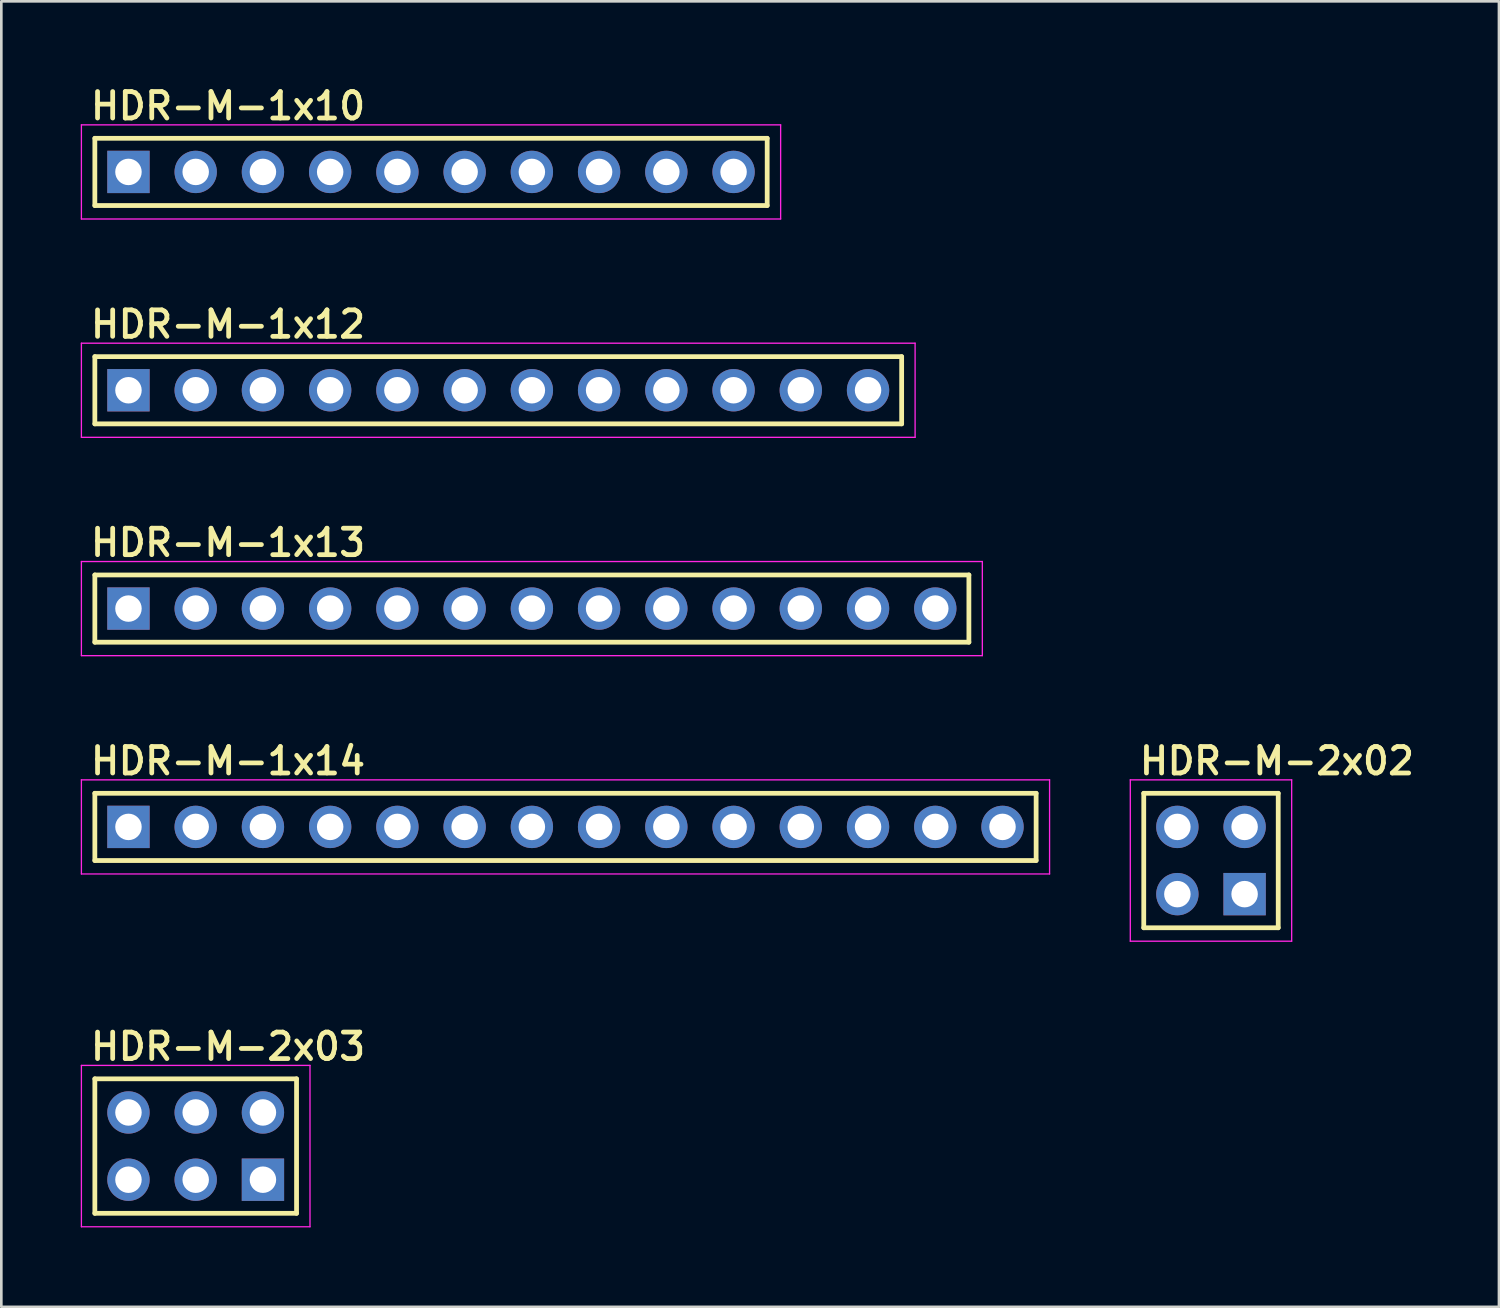
<source format=kicad_pcb>
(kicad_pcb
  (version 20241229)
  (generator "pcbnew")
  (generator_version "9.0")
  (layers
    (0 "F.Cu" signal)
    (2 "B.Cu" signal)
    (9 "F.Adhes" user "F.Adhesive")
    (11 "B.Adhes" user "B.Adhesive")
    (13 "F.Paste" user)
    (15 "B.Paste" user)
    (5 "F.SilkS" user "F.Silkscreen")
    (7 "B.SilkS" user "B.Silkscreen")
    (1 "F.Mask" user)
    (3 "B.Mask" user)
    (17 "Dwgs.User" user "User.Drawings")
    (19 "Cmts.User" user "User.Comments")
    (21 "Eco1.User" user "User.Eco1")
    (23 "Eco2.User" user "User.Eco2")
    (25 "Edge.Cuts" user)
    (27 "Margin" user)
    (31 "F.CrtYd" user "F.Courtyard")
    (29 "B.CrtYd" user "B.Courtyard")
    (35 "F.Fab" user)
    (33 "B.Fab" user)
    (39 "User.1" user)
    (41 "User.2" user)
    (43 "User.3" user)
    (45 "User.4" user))
  (footprint "HDR-M-1x10"
    (layer "F.Cu")
    (at 13.233 3.445)
    (property "Reference" "HDR-M-1x10" (at -12.954 -1.905 0) (layer "F.SilkS") (effects (font (size 1 1) (thickness 0.18)) (justify left bottom)))
    (attr through_hole)
    (fp_line (start -12.7 -1.27) (end 12.7 -1.27) (stroke (width 0.18) (type solid)) (layer "F.SilkS"))
    (fp_line (start -12.7 1.27) (end -12.7 -1.27) (stroke (width 0.18) (type solid)) (layer "F.SilkS"))
    (fp_line (start 12.7 -1.27) (end 12.7 1.27) (stroke (width 0.18) (type solid)) (layer "F.SilkS"))
    (fp_line (start 12.7 1.27) (end -12.7 1.27) (stroke (width 0.18) (type solid)) (layer "F.SilkS"))
    (fp_line (start -13.208 -1.778) (end 13.208 -1.778) (stroke (width 0.05) (type solid)) (layer "F.CrtYd"))
    (fp_line (start -13.208 1.778) (end -13.208 -1.778) (stroke (width 0.05) (type solid)) (layer "F.CrtYd"))
    (fp_line (start 13.208 -1.778) (end 13.208 1.778) (stroke (width 0.05) (type solid)) (layer "F.CrtYd"))
    (fp_line (start 13.208 1.778) (end -13.208 1.778) (stroke (width 0.05) (type solid)) (layer "F.CrtYd"))
    (pad "1" thru_hole rect (at -11.43 0) (size 1.6 1.6) (drill 1) (layers "*.Cu" "*.Mask"))
    (pad "2" thru_hole circle (at -8.89 0) (size 1.6 1.6) (drill 1) (layers "*.Cu" "*.Mask"))
    (pad "3" thru_hole circle (at -6.35 0) (size 1.6 1.6) (drill 1) (layers "*.Cu" "*.Mask"))
    (pad "4" thru_hole circle (at -3.81 0) (size 1.6 1.6) (drill 1) (layers "*.Cu" "*.Mask"))
    (pad "5" thru_hole circle (at -1.27 0) (size 1.6 1.6) (drill 1) (layers "*.Cu" "*.Mask"))
    (pad "6" thru_hole circle (at 1.27 0) (size 1.6 1.6) (drill 1) (layers "*.Cu" "*.Mask"))
    (pad "7" thru_hole circle (at 3.81 0) (size 1.6 1.6) (drill 1) (layers "*.Cu" "*.Mask"))
    (pad "8" thru_hole circle (at 6.35 0) (size 1.6 1.6) (drill 1) (layers "*.Cu" "*.Mask"))
    (pad "9" thru_hole circle (at 8.89 0) (size 1.6 1.6) (drill 1) (layers "*.Cu" "*.Mask"))
    (pad "10" thru_hole circle (at 11.43 0) (size 1.6 1.6) (drill 1) (layers "*.Cu" "*.Mask")))
  (footprint "HDR-M-1x14"
    (layer "F.Cu")
    (at 18.313 28.189)
    (property "Reference" "HDR-M-1x14" (at -18.034 -1.905 0) (layer "F.SilkS") (effects (font (size 1 1) (thickness 0.18)) (justify left bottom)))
    (attr through_hole)
    (fp_line (start -17.78 -1.27) (end 17.78 -1.27) (stroke (width 0.18) (type solid)) (layer "F.SilkS"))
    (fp_line (start -17.78 1.27) (end -17.78 -1.27) (stroke (width 0.18) (type solid)) (layer "F.SilkS"))
    (fp_line (start 17.78 -1.27) (end 17.78 1.27) (stroke (width 0.18) (type solid)) (layer "F.SilkS"))
    (fp_line (start 17.78 1.27) (end -17.78 1.27) (stroke (width 0.18) (type solid)) (layer "F.SilkS"))
    (fp_line (start -18.288 -1.778) (end 18.288 -1.778) (stroke (width 0.05) (type solid)) (layer "F.CrtYd"))
    (fp_line (start -18.288 1.778) (end -18.288 -1.778) (stroke (width 0.05) (type solid)) (layer "F.CrtYd"))
    (fp_line (start 18.288 -1.778) (end 18.288 1.778) (stroke (width 0.05) (type solid)) (layer "F.CrtYd"))
    (fp_line (start 18.288 1.778) (end -18.288 1.778) (stroke (width 0.05) (type solid)) (layer "F.CrtYd"))
    (pad "1" thru_hole rect (at -16.51 0) (size 1.6 1.6) (drill 1) (layers "*.Cu" "*.Mask"))
    (pad "2" thru_hole circle (at -13.97 0) (size 1.6 1.6) (drill 1) (layers "*.Cu" "*.Mask"))
    (pad "3" thru_hole circle (at -11.43 0) (size 1.6 1.6) (drill 1) (layers "*.Cu" "*.Mask"))
    (pad "4" thru_hole circle (at -8.89 0) (size 1.6 1.6) (drill 1) (layers "*.Cu" "*.Mask"))
    (pad "5" thru_hole circle (at -6.35 0) (size 1.6 1.6) (drill 1) (layers "*.Cu" "*.Mask"))
    (pad "6" thru_hole circle (at -3.81 0) (size 1.6 1.6) (drill 1) (layers "*.Cu" "*.Mask"))
    (pad "7" thru_hole circle (at -1.27 0) (size 1.6 1.6) (drill 1) (layers "*.Cu" "*.Mask"))
    (pad "8" thru_hole circle (at 1.27 0) (size 1.6 1.6) (drill 1) (layers "*.Cu" "*.Mask"))
    (pad "9" thru_hole circle (at 3.81 0) (size 1.6 1.6) (drill 1) (layers "*.Cu" "*.Mask"))
    (pad "10" thru_hole circle (at 6.35 0) (size 1.6 1.6) (drill 1) (layers "*.Cu" "*.Mask"))
    (pad "11" thru_hole circle (at 8.89 0) (size 1.6 1.6) (drill 1) (layers "*.Cu" "*.Mask"))
    (pad "12" thru_hole circle (at 11.43 0) (size 1.6 1.6) (drill 1) (layers "*.Cu" "*.Mask"))
    (pad "13" thru_hole circle (at 13.97 0) (size 1.6 1.6) (drill 1) (layers "*.Cu" "*.Mask"))
    (pad "14" thru_hole circle (at 16.51 0) (size 1.6 1.6) (drill 1) (layers "*.Cu" "*.Mask")))
  (footprint "HDR-M-2x03"
    (layer "F.Cu")
    (at 4.343 40.247)
    (property "Reference" "HDR-M-2x03" (at -4.064 -3.175 0) (layer "F.SilkS") (effects (font (size 1 1) (thickness 0.18)) (justify left bottom)))
    (attr through_hole)
    (fp_line (start -3.81 -2.54) (end 3.81 -2.54) (stroke (width 0.18) (type solid)) (layer "F.SilkS"))
    (fp_line (start -3.81 2.54) (end -3.81 -2.54) (stroke (width 0.18) (type solid)) (layer "F.SilkS"))
    (fp_line (start 3.81 -2.54) (end 3.81 2.54) (stroke (width 0.18) (type solid)) (layer "F.SilkS"))
    (fp_line (start 3.81 2.54) (end -3.81 2.54) (stroke (width 0.18) (type solid)) (layer "F.SilkS"))
    (fp_line (start -4.318 -3.048) (end 4.318 -3.048) (stroke (width 0.05) (type solid)) (layer "F.CrtYd"))
    (fp_line (start -4.318 3.048) (end -4.318 -3.048) (stroke (width 0.05) (type solid)) (layer "F.CrtYd"))
    (fp_line (start 4.318 -3.048) (end 4.318 3.048) (stroke (width 0.05) (type solid)) (layer "F.CrtYd"))
    (fp_line (start 4.318 3.048) (end -4.318 3.048) (stroke (width 0.05) (type solid)) (layer "F.CrtYd"))
    (pad "1" thru_hole rect (at 2.54 1.27) (size 1.6 1.6) (drill 1) (layers "*.Cu" "*.Mask"))
    (pad "2" thru_hole circle (at 2.54 -1.27) (size 1.6 1.6) (drill 1) (layers "*.Cu" "*.Mask"))
    (pad "3" thru_hole circle (at 0 1.27) (size 1.6 1.6) (drill 1) (layers "*.Cu" "*.Mask"))
    (pad "4" thru_hole circle (at 0 -1.27) (size 1.6 1.6) (drill 1) (layers "*.Cu" "*.Mask"))
    (pad "5" thru_hole circle (at -2.54 1.27) (size 1.6 1.6) (drill 1) (layers "*.Cu" "*.Mask"))
    (pad "6" thru_hole circle (at -2.54 -1.27) (size 1.6 1.6) (drill 1) (layers "*.Cu" "*.Mask")))
  (footprint "HDR-M-2x02"
    (layer "F.Cu")
    (at 42.699 29.459)
    (property "Reference" "HDR-M-2x02" (at -2.794 -3.175 0) (layer "F.SilkS") (effects (font (size 1 1) (thickness 0.18)) (justify left bottom)))
    (attr through_hole)
    (fp_line (start -2.54 -2.54) (end 2.54 -2.54) (stroke (width 0.18) (type solid)) (layer "F.SilkS"))
    (fp_line (start -2.54 2.54) (end -2.54 -2.54) (stroke (width 0.18) (type solid)) (layer "F.SilkS"))
    (fp_line (start 2.54 -2.54) (end 2.54 2.54) (stroke (width 0.18) (type solid)) (layer "F.SilkS"))
    (fp_line (start 2.54 2.54) (end -2.54 2.54) (stroke (width 0.18) (type solid)) (layer "F.SilkS"))
    (fp_line (start -3.048 -3.048) (end 3.048 -3.048) (stroke (width 0.05) (type solid)) (layer "F.CrtYd"))
    (fp_line (start -3.048 3.048) (end -3.048 -3.048) (stroke (width 0.05) (type solid)) (layer "F.CrtYd"))
    (fp_line (start 3.048 -3.048) (end 3.048 3.048) (stroke (width 0.05) (type solid)) (layer "F.CrtYd"))
    (fp_line (start 3.048 3.048) (end -3.048 3.048) (stroke (width 0.05) (type solid)) (layer "F.CrtYd"))
    (pad "1" thru_hole rect (at 1.27 1.27) (size 1.6 1.6) (drill 1) (layers "*.Cu" "*.Mask"))
    (pad "2" thru_hole circle (at 1.27 -1.27) (size 1.6 1.6) (drill 1) (layers "*.Cu" "*.Mask"))
    (pad "3" thru_hole circle (at -1.27 1.27) (size 1.6 1.6) (drill 1) (layers "*.Cu" "*.Mask"))
    (pad "4" thru_hole circle (at -1.27 -1.27) (size 1.6 1.6) (drill 1) (layers "*.Cu" "*.Mask")))
  (footprint "HDR-M-1x13"
    (layer "F.Cu")
    (at 17.043 19.941)
    (property "Reference" "HDR-M-1x13" (at -16.764 -1.905 0) (layer "F.SilkS") (effects (font (size 1 1) (thickness 0.18)) (justify left bottom)))
    (attr through_hole)
    (fp_line (start -16.51 -1.27) (end 16.51 -1.27) (stroke (width 0.18) (type solid)) (layer "F.SilkS"))
    (fp_line (start -16.51 1.27) (end -16.51 -1.27) (stroke (width 0.18) (type solid)) (layer "F.SilkS"))
    (fp_line (start 16.51 -1.27) (end 16.51 1.27) (stroke (width 0.18) (type solid)) (layer "F.SilkS"))
    (fp_line (start 16.51 1.27) (end -16.51 1.27) (stroke (width 0.18) (type solid)) (layer "F.SilkS"))
    (fp_line (start -17.018 -1.778) (end 17.018 -1.778) (stroke (width 0.05) (type solid)) (layer "F.CrtYd"))
    (fp_line (start -17.018 1.778) (end -17.018 -1.778) (stroke (width 0.05) (type solid)) (layer "F.CrtYd"))
    (fp_line (start 17.018 -1.778) (end 17.018 1.778) (stroke (width 0.05) (type solid)) (layer "F.CrtYd"))
    (fp_line (start 17.018 1.778) (end -17.018 1.778) (stroke (width 0.05) (type solid)) (layer "F.CrtYd"))
    (pad "1" thru_hole rect (at -15.24 0) (size 1.6 1.6) (drill 1) (layers "*.Cu" "*.Mask"))
    (pad "2" thru_hole circle (at -12.7 0) (size 1.6 1.6) (drill 1) (layers "*.Cu" "*.Mask"))
    (pad "3" thru_hole circle (at -10.16 0) (size 1.6 1.6) (drill 1) (layers "*.Cu" "*.Mask"))
    (pad "4" thru_hole circle (at -7.62 0) (size 1.6 1.6) (drill 1) (layers "*.Cu" "*.Mask"))
    (pad "5" thru_hole circle (at -5.08 0) (size 1.6 1.6) (drill 1) (layers "*.Cu" "*.Mask"))
    (pad "6" thru_hole circle (at -2.54 0) (size 1.6 1.6) (drill 1) (layers "*.Cu" "*.Mask"))
    (pad "7" thru_hole circle (at 0 0) (size 1.6 1.6) (drill 1) (layers "*.Cu" "*.Mask"))
    (pad "8" thru_hole circle (at 2.54 0) (size 1.6 1.6) (drill 1) (layers "*.Cu" "*.Mask"))
    (pad "9" thru_hole circle (at 5.08 0) (size 1.6 1.6) (drill 1) (layers "*.Cu" "*.Mask"))
    (pad "10" thru_hole circle (at 7.62 0) (size 1.6 1.6) (drill 1) (layers "*.Cu" "*.Mask"))
    (pad "11" thru_hole circle (at 10.16 0) (size 1.6 1.6) (drill 1) (layers "*.Cu" "*.Mask"))
    (pad "12" thru_hole circle (at 12.7 0) (size 1.6 1.6) (drill 1) (layers "*.Cu" "*.Mask"))
    (pad "13" thru_hole circle (at 15.24 0) (size 1.6 1.6) (drill 1) (layers "*.Cu" "*.Mask")))
  (footprint "HDR-M-1x12"
    (layer "F.Cu")
    (at 15.773 11.693)
    (property "Reference" "HDR-M-1x12" (at -15.494 -1.905 0) (layer "F.SilkS") (effects (font (size 1 1) (thickness 0.18)) (justify left bottom)))
    (attr through_hole)
    (fp_line (start -15.24 -1.27) (end 15.24 -1.27) (stroke (width 0.18) (type solid)) (layer "F.SilkS"))
    (fp_line (start -15.24 1.27) (end -15.24 -1.27) (stroke (width 0.18) (type solid)) (layer "F.SilkS"))
    (fp_line (start 15.24 -1.27) (end 15.24 1.27) (stroke (width 0.18) (type solid)) (layer "F.SilkS"))
    (fp_line (start 15.24 1.27) (end -15.24 1.27) (stroke (width 0.18) (type solid)) (layer "F.SilkS"))
    (fp_line (start -15.748 -1.778) (end 15.748 -1.778) (stroke (width 0.05) (type solid)) (layer "F.CrtYd"))
    (fp_line (start -15.748 1.778) (end -15.748 -1.778) (stroke (width 0.05) (type solid)) (layer "F.CrtYd"))
    (fp_line (start 15.748 -1.778) (end 15.748 1.778) (stroke (width 0.05) (type solid)) (layer "F.CrtYd"))
    (fp_line (start 15.748 1.778) (end -15.748 1.778) (stroke (width 0.05) (type solid)) (layer "F.CrtYd"))
    (pad "1" thru_hole rect (at -13.97 0) (size 1.6 1.6) (drill 1) (layers "*.Cu" "*.Mask"))
    (pad "2" thru_hole circle (at -11.43 0) (size 1.6 1.6) (drill 1) (layers "*.Cu" "*.Mask"))
    (pad "3" thru_hole circle (at -8.89 0) (size 1.6 1.6) (drill 1) (layers "*.Cu" "*.Mask"))
    (pad "4" thru_hole circle (at -6.35 0) (size 1.6 1.6) (drill 1) (layers "*.Cu" "*.Mask"))
    (pad "5" thru_hole circle (at -3.81 0) (size 1.6 1.6) (drill 1) (layers "*.Cu" "*.Mask"))
    (pad "6" thru_hole circle (at -1.27 0) (size 1.6 1.6) (drill 1) (layers "*.Cu" "*.Mask"))
    (pad "7" thru_hole circle (at 1.27 0) (size 1.6 1.6) (drill 1) (layers "*.Cu" "*.Mask"))
    (pad "8" thru_hole circle (at 3.81 0) (size 1.6 1.6) (drill 1) (layers "*.Cu" "*.Mask"))
    (pad "9" thru_hole circle (at 6.35 0) (size 1.6 1.6) (drill 1) (layers "*.Cu" "*.Mask"))
    (pad "10" thru_hole circle (at 8.89 0) (size 1.6 1.6) (drill 1) (layers "*.Cu" "*.Mask"))
    (pad "11" thru_hole circle (at 11.43 0) (size 1.6 1.6) (drill 1) (layers "*.Cu" "*.Mask"))
    (pad "12" thru_hole circle (at 13.97 0) (size 1.6 1.6) (drill 1) (layers "*.Cu" "*.Mask")))
  (gr_rect
    (start -3 -3)
    (end 53.578 46.32)
    (stroke (width 0.1) (type default))
    (fill no)
    (layer "Edge.Cuts")))
</source>
